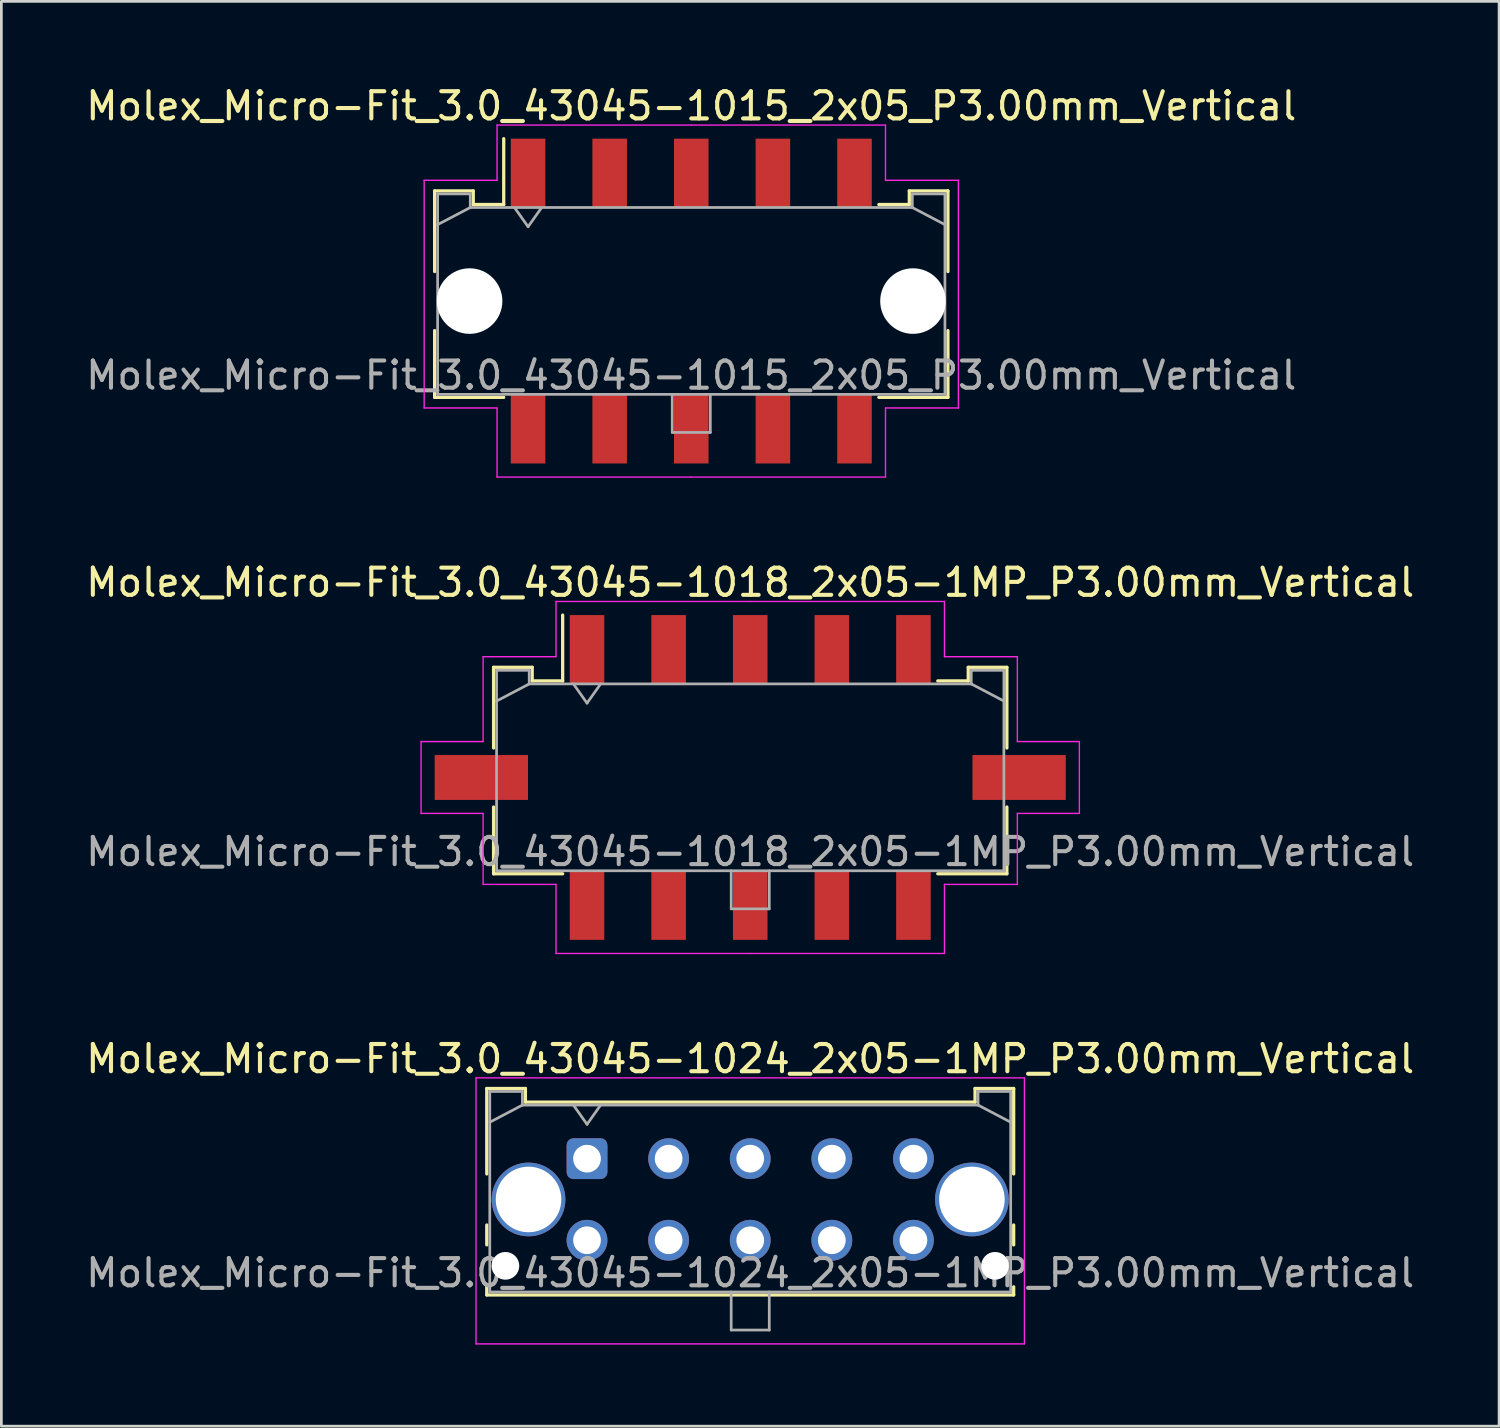
<source format=kicad_pcb>
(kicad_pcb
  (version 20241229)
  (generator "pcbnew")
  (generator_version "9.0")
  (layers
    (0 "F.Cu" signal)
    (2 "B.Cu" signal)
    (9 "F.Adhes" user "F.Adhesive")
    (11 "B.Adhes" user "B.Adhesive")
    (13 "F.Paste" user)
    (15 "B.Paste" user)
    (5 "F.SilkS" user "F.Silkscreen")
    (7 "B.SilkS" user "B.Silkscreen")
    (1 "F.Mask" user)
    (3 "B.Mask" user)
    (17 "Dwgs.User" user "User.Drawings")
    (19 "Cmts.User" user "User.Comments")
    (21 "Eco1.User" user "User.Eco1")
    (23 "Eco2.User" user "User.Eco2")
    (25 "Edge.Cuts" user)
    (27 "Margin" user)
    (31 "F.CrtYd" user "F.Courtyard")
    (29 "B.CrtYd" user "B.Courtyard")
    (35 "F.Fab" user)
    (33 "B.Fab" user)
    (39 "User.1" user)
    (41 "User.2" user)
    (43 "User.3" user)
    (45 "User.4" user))
  (footprint "Molex_Micro-Fit_3.0_43045-1015_2x05_P3.00mm_Vertical"
    (layer "F.Cu")
    (at 22.363 8.018)
    (property "Reference" "Molex_Micro-Fit_3.0_43045-1015_2x05_P3.00mm_Vertical" (at 0 -7.17 0) (layer "F.SilkS") (effects (font (size 1 1) (thickness 0.15))))
    (attr smd)
    (fp_line (start -9.435 -4.05) (end -8.015 -4.05) (stroke (width 0.12) (type solid)) (layer "F.SilkS"))
    (fp_line (start -9.435 -1.085) (end -9.435 -4.05) (stroke (width 0.12) (type solid)) (layer "F.SilkS"))
    (fp_line (start -9.435 1.085) (end -9.435 3.54) (stroke (width 0.12) (type solid)) (layer "F.SilkS"))
    (fp_line (start -9.435 3.54) (end -6.895 3.54) (stroke (width 0.12) (type solid)) (layer "F.SilkS"))
    (fp_line (start -8.015 -4.05) (end -8.015 -3.55) (stroke (width 0.12) (type solid)) (layer "F.SilkS"))
    (fp_line (start -8.015 -3.55) (end -6.895 -3.55) (stroke (width 0.12) (type solid)) (layer "F.SilkS"))
    (fp_line (start -6.895 -3.55) (end -6.895 -5.97) (stroke (width 0.12) (type solid)) (layer "F.SilkS"))
    (fp_line (start 8.015 -4.05) (end 8.015 -3.55) (stroke (width 0.12) (type solid)) (layer "F.SilkS"))
    (fp_line (start 8.015 -3.55) (end 6.895 -3.55) (stroke (width 0.12) (type solid)) (layer "F.SilkS"))
    (fp_line (start 9.435 -4.05) (end 8.015 -4.05) (stroke (width 0.12) (type solid)) (layer "F.SilkS"))
    (fp_line (start 9.435 -1.085) (end 9.435 -4.05) (stroke (width 0.12) (type solid)) (layer "F.SilkS"))
    (fp_line (start 9.435 1.085) (end 9.435 3.54) (stroke (width 0.12) (type solid)) (layer "F.SilkS"))
    (fp_line (start 9.435 3.54) (end 6.895 3.54) (stroke (width 0.12) (type solid)) (layer "F.SilkS"))
    (fp_line (start -9.82 -4.44) (end -9.82 3.93) (stroke (width 0.05) (type solid)) (layer "F.CrtYd"))
    (fp_line (start -9.82 3.93) (end -7.14 3.93) (stroke (width 0.05) (type solid)) (layer "F.CrtYd"))
    (fp_line (start -7.14 -6.47) (end -7.14 -4.44) (stroke (width 0.05) (type solid)) (layer "F.CrtYd"))
    (fp_line (start -7.14 -4.44) (end -9.82 -4.44) (stroke (width 0.05) (type solid)) (layer "F.CrtYd"))
    (fp_line (start -7.14 3.93) (end -7.14 6.47) (stroke (width 0.05) (type solid)) (layer "F.CrtYd"))
    (fp_line (start -7.14 6.47) (end 0 6.47) (stroke (width 0.05) (type solid)) (layer "F.CrtYd"))
    (fp_line (start 0 -6.47) (end -7.14 -6.47) (stroke (width 0.05) (type solid)) (layer "F.CrtYd"))
    (fp_line (start 0 -6.47) (end 7.14 -6.47) (stroke (width 0.05) (type solid)) (layer "F.CrtYd"))
    (fp_line (start 7.14 -6.47) (end 7.14 -4.44) (stroke (width 0.05) (type solid)) (layer "F.CrtYd"))
    (fp_line (start 7.14 -4.44) (end 9.82 -4.44) (stroke (width 0.05) (type solid)) (layer "F.CrtYd"))
    (fp_line (start 7.14 3.93) (end 7.14 6.47) (stroke (width 0.05) (type solid)) (layer "F.CrtYd"))
    (fp_line (start 7.14 6.47) (end 0 6.47) (stroke (width 0.05) (type solid)) (layer "F.CrtYd"))
    (fp_line (start 9.82 -4.44) (end 9.82 3.93) (stroke (width 0.05) (type solid)) (layer "F.CrtYd"))
    (fp_line (start 9.82 3.93) (end 7.14 3.93) (stroke (width 0.05) (type solid)) (layer "F.CrtYd"))
    (fp_line (start -9.325 -3.94) (end -9.325 3.43) (stroke (width 0.1) (type solid)) (layer "F.Fab"))
    (fp_line (start -9.325 -2.81) (end -8.125 -3.44) (stroke (width 0.1) (type solid)) (layer "F.Fab"))
    (fp_line (start -9.325 3.43) (end 9.325 3.43) (stroke (width 0.1) (type solid)) (layer "F.Fab"))
    (fp_line (start -8.125 -3.94) (end -9.325 -3.94) (stroke (width 0.1) (type solid)) (layer "F.Fab"))
    (fp_line (start -8.125 -3.44) (end -8.125 -3.94) (stroke (width 0.1) (type solid)) (layer "F.Fab"))
    (fp_line (start -6.5 -3.44) (end -6 -2.733) (stroke (width 0.1) (type solid)) (layer "F.Fab"))
    (fp_line (start -6 -2.733) (end -5.5 -3.44) (stroke (width 0.1) (type solid)) (layer "F.Fab"))
    (fp_line (start -0.7 3.43) (end -0.7 4.83) (stroke (width 0.1) (type solid)) (layer "F.Fab"))
    (fp_line (start -0.7 4.83) (end 0.7 4.83) (stroke (width 0.1) (type solid)) (layer "F.Fab"))
    (fp_line (start 0.7 4.83) (end 0.7 3.43) (stroke (width 0.1) (type solid)) (layer "F.Fab"))
    (fp_line (start 8.125 -3.94) (end 8.125 -3.44) (stroke (width 0.1) (type solid)) (layer "F.Fab"))
    (fp_line (start 8.125 -3.44) (end -8.125 -3.44) (stroke (width 0.1) (type solid)) (layer "F.Fab"))
    (fp_line (start 9.325 -3.94) (end 8.125 -3.94) (stroke (width 0.1) (type solid)) (layer "F.Fab"))
    (fp_line (start 9.325 -2.81) (end 8.125 -3.44) (stroke (width 0.1) (type solid)) (layer "F.Fab"))
    (fp_line (start 9.325 3.43) (end 9.325 -3.94) (stroke (width 0.1) (type solid)) (layer "F.Fab"))
    (fp_text user "${REFERENCE}" (at 0 2.73 0) (layer "F.Fab") (effects (font (size 1 1) (thickness 0.15))))
    (pad "" np_thru_hole circle (at -8.15 0) (size 2.41 2.41) (drill 2.41) (layers "*.Cu" "*.Mask"))
    (pad "" np_thru_hole circle (at 8.15 0) (size 2.41 2.41) (drill 2.41) (layers "*.Cu" "*.Mask"))
    (pad "1" smd rect (at -6 -4.7) (size 1.27 2.54) (layers "F.Cu" "F.Mask" "F.Paste"))
    (pad "2" smd rect (at -3 -4.7) (size 1.27 2.54) (layers "F.Cu" "F.Mask" "F.Paste"))
    (pad "3" smd rect (at 0 -4.7) (size 1.27 2.54) (layers "F.Cu" "F.Mask" "F.Paste"))
    (pad "4" smd rect (at 3 -4.7) (size 1.27 2.54) (layers "F.Cu" "F.Mask" "F.Paste"))
    (pad "5" smd rect (at 6 -4.7) (size 1.27 2.54) (layers "F.Cu" "F.Mask" "F.Paste"))
    (pad "6" smd rect (at -6 4.7) (size 1.27 2.54) (layers "F.Cu" "F.Mask" "F.Paste"))
    (pad "7" smd rect (at -3 4.7) (size 1.27 2.54) (layers "F.Cu" "F.Mask" "F.Paste"))
    (pad "8" smd rect (at 0 4.7) (size 1.27 2.54) (layers "F.Cu" "F.Mask" "F.Paste"))
    (pad "9" smd rect (at 3 4.7) (size 1.27 2.54) (layers "F.Cu" "F.Mask" "F.Paste"))
    (pad "10" smd rect (at 6 4.7) (size 1.27 2.54) (layers "F.Cu" "F.Mask" "F.Paste")))
  (footprint "Molex_Micro-Fit_3.0_43045-1018_2x05-1MP_P3.00mm_Vertical"
    (layer "F.Cu")
    (at 24.53 25.532)
    (property "Reference" "Molex_Micro-Fit_3.0_43045-1018_2x05-1MP_P3.00mm_Vertical" (at 0 -7.17 0) (layer "F.SilkS") (effects (font (size 1 1) (thickness 0.15))))
    (attr smd)
    (fp_line (start -9.435 -4.05) (end -8.015 -4.05) (stroke (width 0.12) (type solid)) (layer "F.SilkS"))
    (fp_line (start -9.435 -1.085) (end -9.435 -4.05) (stroke (width 0.12) (type solid)) (layer "F.SilkS"))
    (fp_line (start -9.435 1.085) (end -9.435 3.54) (stroke (width 0.12) (type solid)) (layer "F.SilkS"))
    (fp_line (start -9.435 3.54) (end -6.895 3.54) (stroke (width 0.12) (type solid)) (layer "F.SilkS"))
    (fp_line (start -8.015 -4.05) (end -8.015 -3.55) (stroke (width 0.12) (type solid)) (layer "F.SilkS"))
    (fp_line (start -8.015 -3.55) (end -6.895 -3.55) (stroke (width 0.12) (type solid)) (layer "F.SilkS"))
    (fp_line (start -6.895 -3.55) (end -6.895 -5.97) (stroke (width 0.12) (type solid)) (layer "F.SilkS"))
    (fp_line (start 8.015 -4.05) (end 8.015 -3.55) (stroke (width 0.12) (type solid)) (layer "F.SilkS"))
    (fp_line (start 8.015 -3.55) (end 6.895 -3.55) (stroke (width 0.12) (type solid)) (layer "F.SilkS"))
    (fp_line (start 9.435 -4.05) (end 8.015 -4.05) (stroke (width 0.12) (type solid)) (layer "F.SilkS"))
    (fp_line (start 9.435 -1.085) (end 9.435 -4.05) (stroke (width 0.12) (type solid)) (layer "F.SilkS"))
    (fp_line (start 9.435 1.085) (end 9.435 3.54) (stroke (width 0.12) (type solid)) (layer "F.SilkS"))
    (fp_line (start 9.435 3.54) (end 6.895 3.54) (stroke (width 0.12) (type solid)) (layer "F.SilkS"))
    (fp_line (start -12.1 -1.32) (end -12.1 1.32) (stroke (width 0.05) (type solid)) (layer "F.CrtYd"))
    (fp_line (start -12.1 1.32) (end -9.82 1.32) (stroke (width 0.05) (type solid)) (layer "F.CrtYd"))
    (fp_line (start -9.82 -4.44) (end -9.82 -1.32) (stroke (width 0.05) (type solid)) (layer "F.CrtYd"))
    (fp_line (start -9.82 -1.32) (end -12.1 -1.32) (stroke (width 0.05) (type solid)) (layer "F.CrtYd"))
    (fp_line (start -9.82 1.32) (end -9.82 3.93) (stroke (width 0.05) (type solid)) (layer "F.CrtYd"))
    (fp_line (start -9.82 3.93) (end -7.14 3.93) (stroke (width 0.05) (type solid)) (layer "F.CrtYd"))
    (fp_line (start -7.14 -6.47) (end -7.14 -4.44) (stroke (width 0.05) (type solid)) (layer "F.CrtYd"))
    (fp_line (start -7.14 -4.44) (end -9.82 -4.44) (stroke (width 0.05) (type solid)) (layer "F.CrtYd"))
    (fp_line (start -7.14 3.93) (end -7.14 6.47) (stroke (width 0.05) (type solid)) (layer "F.CrtYd"))
    (fp_line (start -7.14 6.47) (end 0 6.47) (stroke (width 0.05) (type solid)) (layer "F.CrtYd"))
    (fp_line (start 0 -6.47) (end -7.14 -6.47) (stroke (width 0.05) (type solid)) (layer "F.CrtYd"))
    (fp_line (start 0 -6.47) (end 7.14 -6.47) (stroke (width 0.05) (type solid)) (layer "F.CrtYd"))
    (fp_line (start 7.14 -6.47) (end 7.14 -4.44) (stroke (width 0.05) (type solid)) (layer "F.CrtYd"))
    (fp_line (start 7.14 -4.44) (end 9.82 -4.44) (stroke (width 0.05) (type solid)) (layer "F.CrtYd"))
    (fp_line (start 7.14 3.93) (end 7.14 6.47) (stroke (width 0.05) (type solid)) (layer "F.CrtYd"))
    (fp_line (start 7.14 6.47) (end 0 6.47) (stroke (width 0.05) (type solid)) (layer "F.CrtYd"))
    (fp_line (start 9.82 -4.44) (end 9.82 -1.32) (stroke (width 0.05) (type solid)) (layer "F.CrtYd"))
    (fp_line (start 9.82 -1.32) (end 12.1 -1.32) (stroke (width 0.05) (type solid)) (layer "F.CrtYd"))
    (fp_line (start 9.82 1.32) (end 9.82 3.93) (stroke (width 0.05) (type solid)) (layer "F.CrtYd"))
    (fp_line (start 9.82 3.93) (end 7.14 3.93) (stroke (width 0.05) (type solid)) (layer "F.CrtYd"))
    (fp_line (start 12.1 -1.32) (end 12.1 1.32) (stroke (width 0.05) (type solid)) (layer "F.CrtYd"))
    (fp_line (start 12.1 1.32) (end 9.82 1.32) (stroke (width 0.05) (type solid)) (layer "F.CrtYd"))
    (fp_line (start -9.325 -3.94) (end -9.325 3.43) (stroke (width 0.1) (type solid)) (layer "F.Fab"))
    (fp_line (start -9.325 -2.81) (end -8.125 -3.44) (stroke (width 0.1) (type solid)) (layer "F.Fab"))
    (fp_line (start -9.325 3.43) (end 9.325 3.43) (stroke (width 0.1) (type solid)) (layer "F.Fab"))
    (fp_line (start -8.125 -3.94) (end -9.325 -3.94) (stroke (width 0.1) (type solid)) (layer "F.Fab"))
    (fp_line (start -8.125 -3.44) (end -8.125 -3.94) (stroke (width 0.1) (type solid)) (layer "F.Fab"))
    (fp_line (start -6.5 -3.44) (end -6 -2.733) (stroke (width 0.1) (type solid)) (layer "F.Fab"))
    (fp_line (start -6 -2.733) (end -5.5 -3.44) (stroke (width 0.1) (type solid)) (layer "F.Fab"))
    (fp_line (start -0.7 3.43) (end -0.7 4.83) (stroke (width 0.1) (type solid)) (layer "F.Fab"))
    (fp_line (start -0.7 4.83) (end 0.7 4.83) (stroke (width 0.1) (type solid)) (layer "F.Fab"))
    (fp_line (start 0.7 4.83) (end 0.7 3.43) (stroke (width 0.1) (type solid)) (layer "F.Fab"))
    (fp_line (start 8.125 -3.94) (end 8.125 -3.44) (stroke (width 0.1) (type solid)) (layer "F.Fab"))
    (fp_line (start 8.125 -3.44) (end -8.125 -3.44) (stroke (width 0.1) (type solid)) (layer "F.Fab"))
    (fp_line (start 9.325 -3.94) (end 8.125 -3.94) (stroke (width 0.1) (type solid)) (layer "F.Fab"))
    (fp_line (start 9.325 -2.81) (end 8.125 -3.44) (stroke (width 0.1) (type solid)) (layer "F.Fab"))
    (fp_line (start 9.325 3.43) (end 9.325 -3.94) (stroke (width 0.1) (type solid)) (layer "F.Fab"))
    (fp_text user "${REFERENCE}" (at 0 2.73 0) (layer "F.Fab") (effects (font (size 1 1) (thickness 0.15))))
    (pad "1" smd rect (at -6 -4.7) (size 1.27 2.54) (layers "F.Cu" "F.Mask" "F.Paste"))
    (pad "2" smd rect (at -3 -4.7) (size 1.27 2.54) (layers "F.Cu" "F.Mask" "F.Paste"))
    (pad "3" smd rect (at 0 -4.7) (size 1.27 2.54) (layers "F.Cu" "F.Mask" "F.Paste"))
    (pad "4" smd rect (at 3 -4.7) (size 1.27 2.54) (layers "F.Cu" "F.Mask" "F.Paste"))
    (pad "5" smd rect (at 6 -4.7) (size 1.27 2.54) (layers "F.Cu" "F.Mask" "F.Paste"))
    (pad "6" smd rect (at -6 4.7) (size 1.27 2.54) (layers "F.Cu" "F.Mask" "F.Paste"))
    (pad "7" smd rect (at -3 4.7) (size 1.27 2.54) (layers "F.Cu" "F.Mask" "F.Paste"))
    (pad "8" smd rect (at 0 4.7) (size 1.27 2.54) (layers "F.Cu" "F.Mask" "F.Paste"))
    (pad "9" smd rect (at 3 4.7) (size 1.27 2.54) (layers "F.Cu" "F.Mask" "F.Paste"))
    (pad "10" smd rect (at 6 4.7) (size 1.27 2.54) (layers "F.Cu" "F.Mask" "F.Paste"))
    (pad "MP" smd rect (at -9.885 0) (size 3.43 1.65) (layers "F.Cu" "F.Mask" "F.Paste"))
    (pad "MP" smd rect (at 9.885 0) (size 3.43 1.65) (layers "F.Cu" "F.Mask" "F.Paste")))
  (footprint "Molex_Micro-Fit_3.0_43045-1024_2x05-1MP_P3.00mm_Vertical"
    (layer "F.Cu")
    (at 18.53 39.545)
    (property "Reference" "Molex_Micro-Fit_3.0_43045-1024_2x05-1MP_P3.00mm_Vertical" (at 6 -3.67 0) (layer "F.SilkS") (effects (font (size 1 1) (thickness 0.15))))
    (fp_line (start -3.685 -2.58) (end -2.265 -2.58) (stroke (width 0.12) (type solid)) (layer "F.SilkS"))
    (fp_line (start -3.685 0.562) (end -3.685 -2.58) (stroke (width 0.12) (type solid)) (layer "F.SilkS"))
    (fp_line (start -3.685 2.438) (end -3.685 3.17) (stroke (width 0.12) (type solid)) (layer "F.SilkS"))
    (fp_line (start -3.685 4.71) (end -3.685 5.01) (stroke (width 0.12) (type solid)) (layer "F.SilkS"))
    (fp_line (start -3.685 5.01) (end 15.685 5.01) (stroke (width 0.12) (type solid)) (layer "F.SilkS"))
    (fp_line (start -2.265 -2.58) (end -2.265 -2.08) (stroke (width 0.12) (type solid)) (layer "F.SilkS"))
    (fp_line (start -2.265 -2.08) (end 14.265 -2.08) (stroke (width 0.12) (type solid)) (layer "F.SilkS"))
    (fp_line (start 14.265 -2.58) (end 15.685 -2.58) (stroke (width 0.12) (type solid)) (layer "F.SilkS"))
    (fp_line (start 14.265 -2.08) (end 14.265 -2.58) (stroke (width 0.12) (type solid)) (layer "F.SilkS"))
    (fp_line (start 15.685 -2.58) (end 15.685 0.562) (stroke (width 0.12) (type solid)) (layer "F.SilkS"))
    (fp_line (start 15.685 2.438) (end 15.685 3.17) (stroke (width 0.12) (type solid)) (layer "F.SilkS"))
    (fp_line (start 15.685 5.01) (end 15.685 4.71) (stroke (width 0.12) (type solid)) (layer "F.SilkS"))
    (fp_line (start -4.08 -2.97) (end 16.08 -2.97) (stroke (width 0.05) (type solid)) (layer "F.CrtYd"))
    (fp_line (start -4.08 6.81) (end -4.08 -2.97) (stroke (width 0.05) (type solid)) (layer "F.CrtYd"))
    (fp_line (start 16.08 -2.97) (end 16.08 6.81) (stroke (width 0.05) (type solid)) (layer "F.CrtYd"))
    (fp_line (start 16.08 6.81) (end -4.08 6.81) (stroke (width 0.05) (type solid)) (layer "F.CrtYd"))
    (fp_line (start -3.575 -2.47) (end -3.575 4.9) (stroke (width 0.1) (type solid)) (layer "F.Fab"))
    (fp_line (start -3.575 -1.34) (end -2.375 -1.97) (stroke (width 0.1) (type solid)) (layer "F.Fab"))
    (fp_line (start -3.575 4.9) (end 15.575 4.9) (stroke (width 0.1) (type solid)) (layer "F.Fab"))
    (fp_line (start -2.375 -2.47) (end -3.575 -2.47) (stroke (width 0.1) (type solid)) (layer "F.Fab"))
    (fp_line (start -2.375 -1.97) (end -2.375 -2.47) (stroke (width 0.1) (type solid)) (layer "F.Fab"))
    (fp_line (start -0.5 -1.97) (end 0 -1.263) (stroke (width 0.1) (type solid)) (layer "F.Fab"))
    (fp_line (start 0 -1.263) (end 0.5 -1.97) (stroke (width 0.1) (type solid)) (layer "F.Fab"))
    (fp_line (start 5.3 4.9) (end 5.3 6.3) (stroke (width 0.1) (type solid)) (layer "F.Fab"))
    (fp_line (start 5.3 6.3) (end 6.7 6.3) (stroke (width 0.1) (type solid)) (layer "F.Fab"))
    (fp_line (start 6.7 6.3) (end 6.7 4.9) (stroke (width 0.1) (type solid)) (layer "F.Fab"))
    (fp_line (start 14.375 -2.47) (end 14.375 -1.97) (stroke (width 0.1) (type solid)) (layer "F.Fab"))
    (fp_line (start 14.375 -1.97) (end -2.375 -1.97) (stroke (width 0.1) (type solid)) (layer "F.Fab"))
    (fp_line (start 15.575 -2.47) (end 14.375 -2.47) (stroke (width 0.1) (type solid)) (layer "F.Fab"))
    (fp_line (start 15.575 -1.34) (end 14.375 -1.97) (stroke (width 0.1) (type solid)) (layer "F.Fab"))
    (fp_line (start 15.575 4.9) (end 15.575 -2.47) (stroke (width 0.1) (type solid)) (layer "F.Fab"))
    (fp_text user "${REFERENCE}" (at 6 4.2 0) (layer "F.Fab") (effects (font (size 1 1) (thickness 0.15))))
    (pad "" np_thru_hole circle (at -3 3.94) (size 1.02 1.02) (drill 1.02) (layers "*.Cu" "*.Mask"))
    (pad "" np_thru_hole circle (at 15 3.94) (size 1.02 1.02) (drill 1.02) (layers "*.Cu" "*.Mask"))
    (pad "1" thru_hole roundrect (at 0 0) (size 1.5 1.5) (drill 1.02) (layers "*.Cu" "*.Mask") (roundrect_rratio 0.167))
    (pad "2" thru_hole circle (at 3 0) (size 1.5 1.5) (drill 1.02) (layers "*.Cu" "*.Mask"))
    (pad "3" thru_hole circle (at 6 0) (size 1.5 1.5) (drill 1.02) (layers "*.Cu" "*.Mask"))
    (pad "4" thru_hole circle (at 9 0) (size 1.5 1.5) (drill 1.02) (layers "*.Cu" "*.Mask"))
    (pad "5" thru_hole circle (at 12 0) (size 1.5 1.5) (drill 1.02) (layers "*.Cu" "*.Mask"))
    (pad "6" thru_hole circle (at 0 3) (size 1.5 1.5) (drill 1.02) (layers "*.Cu" "*.Mask"))
    (pad "7" thru_hole circle (at 3 3) (size 1.5 1.5) (drill 1.02) (layers "*.Cu" "*.Mask"))
    (pad "8" thru_hole circle (at 6 3) (size 1.5 1.5) (drill 1.02) (layers "*.Cu" "*.Mask"))
    (pad "9" thru_hole circle (at 9 3) (size 1.5 1.5) (drill 1.02) (layers "*.Cu" "*.Mask"))
    (pad "10" thru_hole circle (at 12 3) (size 1.5 1.5) (drill 1.02) (layers "*.Cu" "*.Mask"))
    (pad "MP" thru_hole circle (at -2.15 1.5) (size 2.71 2.71) (drill 2.41) (layers "*.Cu" "*.Mask"))
    (pad "MP" thru_hole circle (at 14.15 1.5) (size 2.71 2.71) (drill 2.41) (layers "*.Cu" "*.Mask")))
  (gr_rect
    (start -3 -3)
    (end 52.06 49.38)
    (stroke (width 0.1) (type default))
    (fill no)
    (layer "Edge.Cuts")))
</source>
